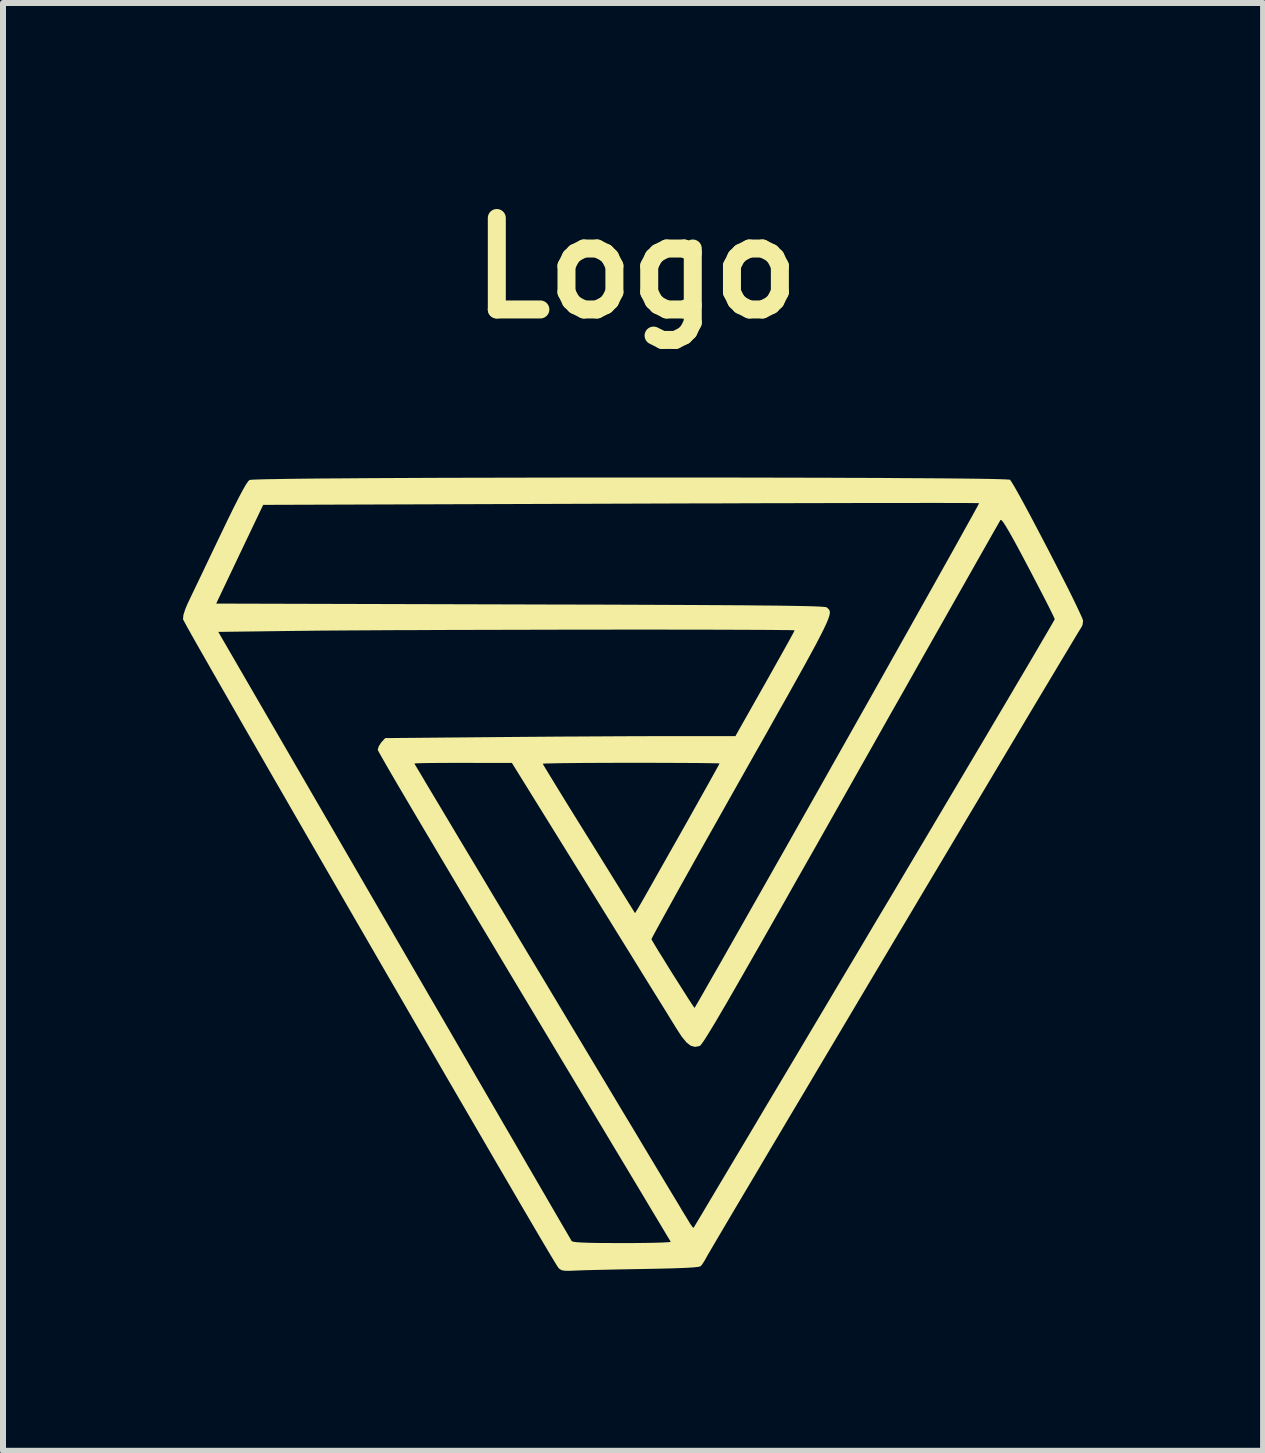
<source format=kicad_pcb>
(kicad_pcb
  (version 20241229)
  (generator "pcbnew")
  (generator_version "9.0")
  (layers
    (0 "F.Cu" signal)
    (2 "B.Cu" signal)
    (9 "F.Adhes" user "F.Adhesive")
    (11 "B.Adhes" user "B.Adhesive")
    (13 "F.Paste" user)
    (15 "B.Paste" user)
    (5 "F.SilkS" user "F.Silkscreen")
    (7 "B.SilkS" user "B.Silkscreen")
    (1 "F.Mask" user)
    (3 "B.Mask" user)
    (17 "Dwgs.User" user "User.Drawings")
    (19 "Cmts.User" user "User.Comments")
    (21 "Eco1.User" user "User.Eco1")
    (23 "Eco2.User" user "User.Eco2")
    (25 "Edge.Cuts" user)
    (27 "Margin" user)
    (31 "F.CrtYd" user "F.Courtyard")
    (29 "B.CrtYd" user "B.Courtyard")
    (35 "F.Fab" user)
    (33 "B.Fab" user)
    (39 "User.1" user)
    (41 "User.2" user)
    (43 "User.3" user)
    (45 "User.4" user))
  (footprint "Logo"
    (layer "F.Cu")
    (at 7.552 11.578)
    (property "Reference" "Logo" (at 0 -10.16 0) (layer "F.SilkS") (effects (font (size 1.524 1.524) (thickness 0.3))))
    (attr board_only exclude_from_pos_files exclude_from_bom)
    (fp_poly (pts (xy 0.763 -6.67) (xy 1.271 -6.67) (xy 1.77 -6.669) (xy 2.259 -6.668) (xy 2.733 -6.667) (xy 3.19 -6.666) (xy 3.627 -6.664) (xy 4.041 -6.663) (xy 4.428 -6.66) (xy 4.786 -6.658) (xy 5.111 -6.656) (xy 5.401 -6.653) (xy 5.653 -6.65) (xy 5.863 -6.647) (xy 6.029 -6.643) (xy 6.147 -6.639) (xy 6.214 -6.635) (xy 6.23 -6.633) (xy 6.255 -6.598) (xy 6.303 -6.519) (xy 6.368 -6.404) (xy 6.449 -6.257) (xy 6.542 -6.085) (xy 6.643 -5.894) (xy 6.75 -5.69) (xy 6.86 -5.48) (xy 6.969 -5.269) (xy 7.074 -5.063) (xy 7.173 -4.869) (xy 7.261 -4.693) (xy 7.335 -4.54) (xy 7.393 -4.417) (xy 7.432 -4.33) (xy 7.448 -4.286) (xy 7.448 -4.283) (xy 7.44 -4.217) (xy 7.423 -4.179) (xy 7.406 -4.152) (xy 7.362 -4.081) (xy 7.293 -3.966) (xy 7.201 -3.812) (xy 7.086 -3.621) (xy 6.951 -3.395) (xy 6.797 -3.138) (xy 6.625 -2.851) (xy 6.438 -2.537) (xy 6.237 -2.2) (xy 6.023 -1.841) (xy 5.798 -1.463) (xy 5.563 -1.07) (xy 5.321 -0.663) (xy 5.072 -0.245) (xy 4.818 0.18) (xy 4.562 0.611) (xy 4.303 1.045) (xy 4.045 1.479) (xy 3.788 1.911) (xy 3.535 2.337) (xy 3.286 2.756) (xy 3.043 3.164) (xy 2.809 3.559) (xy 2.583 3.938) (xy 2.369 4.299) (xy 2.167 4.639) (xy 1.98 4.956) (xy 1.808 5.245) (xy 1.653 5.506) (xy 1.517 5.736) (xy 1.402 5.931) (xy 1.309 6.089) (xy 1.24 6.207) (xy 1.195 6.283) (xy 1.178 6.314) (xy 1.133 6.394) (xy 1.091 6.456) (xy 1.074 6.474) (xy 1.038 6.485) (xy 0.953 6.494) (xy 0.82 6.502) (xy 0.636 6.509) (xy 0.4 6.515) (xy 0.15 6.52) (xy -0.081 6.524) (xy -0.306 6.528) (xy -0.516 6.533) (xy -0.702 6.537) (xy -0.854 6.541) (xy -0.963 6.545) (xy -0.989 6.546) (xy -1.111 6.551) (xy -1.19 6.55) (xy -1.24 6.541) (xy -1.275 6.521) (xy -1.299 6.497) (xy -1.32 6.465) (xy -1.367 6.388) (xy -1.439 6.269) (xy -1.534 6.109) (xy -1.65 5.912) (xy -1.786 5.68) (xy -1.941 5.416) (xy -2.112 5.122) (xy -2.299 4.802) (xy -2.499 4.458) (xy -2.712 4.092) (xy -2.936 3.707) (xy -3.169 3.307) (xy -3.409 2.892) (xy -3.656 2.467) (xy -3.907 2.033) (xy -4.162 1.594) (xy -4.418 1.151) (xy -4.674 0.709) (xy -4.929 0.268) (xy -5.18 -0.167) (xy -5.427 -0.595) (xy -5.668 -1.012) (xy -5.901 -1.417) (xy -6.126 -1.806) (xy -6.339 -2.177) (xy -6.541 -2.527) (xy -6.728 -2.854) (xy -6.9 -3.154) (xy -7.056 -3.426) (xy -7.193 -3.667) (xy -7.311 -3.873) (xy -7.407 -4.043) (xy -7.437 -4.097) (xy -6.964 -4.097) (xy -4.031 0.962) (xy -3.747 1.452) (xy -3.47 1.929) (xy -3.201 2.392) (xy -2.943 2.837) (xy -2.696 3.263) (xy -2.461 3.668) (xy -2.24 4.049) (xy -2.034 4.403) (xy -1.845 4.73) (xy -1.673 5.026) (xy -1.52 5.289) (xy -1.388 5.517) (xy -1.277 5.708) (xy -1.189 5.859) (xy -1.125 5.969) (xy -1.086 6.035) (xy -1.075 6.054) (xy -1.053 6.065) (xy -1.001 6.073) (xy -0.913 6.079) (xy -0.785 6.084) (xy -0.613 6.087) (xy -0.393 6.088) (xy -0.233 6.088) (xy -0.026 6.088) (xy 0.16 6.086) (xy 0.32 6.083) (xy 0.447 6.079) (xy 0.534 6.074) (xy 0.574 6.069) (xy 0.576 6.067) (xy 0.561 6.042) (xy 0.518 5.971) (xy 0.45 5.857) (xy 0.358 5.703) (xy 0.243 5.512) (xy 0.107 5.284) (xy -0.049 5.024) (xy -0.223 4.734) (xy -0.414 4.416) (xy -0.62 4.072) (xy -0.84 3.705) (xy -1.072 3.317) (xy -1.316 2.911) (xy -1.568 2.49) (xy -1.829 2.055) (xy -1.871 1.985) (xy -2.133 1.548) (xy -2.387 1.123) (xy -2.632 0.714) (xy -2.866 0.321) (xy -3.087 -0.051) (xy -3.295 -0.401) (xy -3.488 -0.726) (xy -3.664 -1.023) (xy -3.822 -1.291) (xy -3.961 -1.527) (xy -4.078 -1.727) (xy -4.173 -1.891) (xy -4.18 -1.904) (xy -3.696 -1.904) (xy -3.682 -1.879) (xy -3.641 -1.81) (xy -3.575 -1.7) (xy -3.487 -1.551) (xy -3.377 -1.367) (xy -3.247 -1.15) (xy -3.1 -0.904) (xy -2.938 -0.632) (xy -2.761 -0.337) (xy -2.572 -0.022) (xy -2.374 0.31) (xy -2.166 0.656) (xy -1.953 1.013) (xy -1.735 1.377) (xy -1.513 1.746) (xy -1.291 2.117) (xy -1.07 2.486) (xy -0.851 2.851) (xy -0.637 3.208) (xy -0.429 3.554) (xy -0.23 3.887) (xy -0.04 4.202) (xy 0.137 4.498) (xy 0.301 4.771) (xy 0.449 5.018) (xy 0.58 5.236) (xy 0.692 5.421) (xy 0.782 5.572) (xy 0.85 5.683) (xy 0.893 5.754) (xy 0.908 5.778) (xy 0.94 5.822) (xy 0.957 5.834) (xy 0.972 5.809) (xy 1.014 5.739) (xy 1.082 5.626) (xy 1.174 5.471) (xy 1.289 5.278) (xy 1.426 5.048) (xy 1.584 4.783) (xy 1.761 4.486) (xy 1.956 4.159) (xy 2.167 3.803) (xy 2.394 3.423) (xy 2.635 3.018) (xy 2.888 2.593) (xy 3.153 2.148) (xy 3.427 1.686) (xy 3.711 1.21) (xy 3.97 0.773) (xy 4.261 0.286) (xy 4.543 -0.19) (xy 4.817 -0.65) (xy 5.08 -1.094) (xy 5.332 -1.519) (xy 5.571 -1.922) (xy 5.796 -2.301) (xy 6.005 -2.655) (xy 6.198 -2.98) (xy 6.372 -3.276) (xy 6.527 -3.538) (xy 6.661 -3.766) (xy 6.773 -3.958) (xy 6.862 -4.11) (xy 6.926 -4.22) (xy 6.965 -4.288) (xy 6.976 -4.309) (xy 6.963 -4.34) (xy 6.927 -4.415) (xy 6.872 -4.526) (xy 6.799 -4.669) (xy 6.712 -4.837) (xy 6.614 -5.025) (xy 6.538 -5.17) (xy 6.412 -5.408) (xy 6.309 -5.599) (xy 6.227 -5.746) (xy 6.164 -5.853) (xy 6.119 -5.923) (xy 6.089 -5.959) (xy 6.073 -5.963) (xy 6.072 -5.963) (xy 6.056 -5.935) (xy 6.014 -5.861) (xy 5.947 -5.744) (xy 5.857 -5.585) (xy 5.745 -5.388) (xy 5.613 -5.155) (xy 5.462 -4.888) (xy 5.293 -4.59) (xy 5.108 -4.263) (xy 4.908 -3.91) (xy 4.694 -3.532) (xy 4.469 -3.133) (xy 4.232 -2.716) (xy 3.987 -2.281) (xy 3.733 -1.832) (xy 3.587 -1.573) (xy 3.275 -1.021) (xy 2.99 -0.516) (xy 2.729 -0.056) (xy 2.493 0.362) (xy 2.279 0.738) (xy 2.087 1.076) (xy 1.915 1.377) (xy 1.763 1.643) (xy 1.629 1.876) (xy 1.513 2.078) (xy 1.412 2.25) (xy 1.327 2.395) (xy 1.255 2.514) (xy 1.196 2.61) (xy 1.149 2.685) (xy 1.112 2.74) (xy 1.085 2.777) (xy 1.066 2.798) (xy 1.056 2.805) (xy 0.981 2.819) (xy 0.91 2.8) (xy 0.839 2.745) (xy 0.759 2.648) (xy 0.67 2.511) (xy 0.632 2.449) (xy 0.567 2.344) (xy 0.478 2.199) (xy 0.366 2.019) (xy 0.235 1.808) (xy 0.087 1.569) (xy -0.075 1.306) (xy -0.25 1.024) (xy -0.435 0.725) (xy -0.627 0.415) (xy -0.778 0.172) (xy -2.062 -1.899) (xy -1.556 -1.899) (xy -1.542 -1.873) (xy -1.501 -1.805) (xy -1.436 -1.698) (xy -1.35 -1.557) (xy -1.245 -1.386) (xy -1.125 -1.191) (xy -0.991 -0.975) (xy -0.847 -0.743) (xy -0.787 -0.647) (xy -0.019 0.59) (xy 0.03 0.511) (xy 0.053 0.472) (xy 0.101 0.389) (xy 0.17 0.268) (xy 0.257 0.114) (xy 0.36 -0.069) (xy 0.476 -0.274) (xy 0.602 -0.497) (xy 0.734 -0.73) (xy 0.865 -0.962) (xy 0.987 -1.18) (xy 1.098 -1.378) (xy 1.195 -1.551) (xy 1.275 -1.695) (xy 1.336 -1.805) (xy 1.375 -1.876) (xy 1.39 -1.904) (xy 1.39 -1.904) (xy 1.363 -1.906) (xy 1.285 -1.908) (xy 1.163 -1.91) (xy 1 -1.912) (xy 0.802 -1.913) (xy 0.573 -1.914) (xy 0.32 -1.915) (xy 0.047 -1.915) (xy -0.083 -1.915) (xy -0.363 -1.915) (xy -0.626 -1.914) (xy -0.866 -1.913) (xy -1.079 -1.911) (xy -1.259 -1.909) (xy -1.401 -1.906) (xy -1.499 -1.904) (xy -1.55 -1.901) (xy -1.556 -1.899) (xy -2.062 -1.899) (xy -2.07 -1.913) (xy -2.883 -1.914) (xy -3.089 -1.914) (xy -3.276 -1.913) (xy -3.437 -1.912) (xy -3.564 -1.91) (xy -3.652 -1.907) (xy -3.694 -1.904) (xy -3.696 -1.904) (xy -4.18 -1.904) (xy -4.243 -2.014) (xy -4.289 -2.096) (xy -4.307 -2.132) (xy -4.307 -2.134) (xy -4.289 -2.193) (xy -4.246 -2.258) (xy -4.245 -2.259) (xy -4.182 -2.327) (xy -2.417 -2.343) (xy -2.065 -2.346) (xy -1.694 -2.349) (xy -1.315 -2.352) (xy -0.937 -2.354) (xy -0.57 -2.356) (xy -0.223 -2.358) (xy 0.092 -2.359) (xy 0.368 -2.36) (xy 0.501 -2.36) (xy 1.654 -2.36) (xy 2.147 -3.233) (xy 2.26 -3.434) (xy 2.364 -3.62) (xy 2.456 -3.784) (xy 2.533 -3.922) (xy 2.591 -4.028) (xy 2.628 -4.097) (xy 2.64 -4.123) (xy 2.613 -4.125) (xy 2.534 -4.127) (xy 2.407 -4.128) (xy 2.234 -4.13) (xy 2.021 -4.131) (xy 1.77 -4.132) (xy 1.486 -4.133) (xy 1.171 -4.134) (xy 0.83 -4.134) (xy 0.466 -4.135) (xy 0.082 -4.135) (xy -0.317 -4.135) (xy -0.729 -4.134) (xy -1.148 -4.134) (xy -1.573 -4.133) (xy -1.999 -4.132) (xy -2.422 -4.131) (xy -2.84 -4.13) (xy -3.247 -4.129) (xy -3.642 -4.127) (xy -4.019 -4.126) (xy -4.376 -4.124) (xy -4.708 -4.122) (xy -5.013 -4.12) (xy -5.287 -4.118) (xy -5.525 -4.115) (xy -5.656 -4.114) (xy -6.964 -4.097) (xy -7.437 -4.097) (xy -7.48 -4.173) (xy -7.528 -4.262) (xy -7.551 -4.305) (xy -7.552 -4.309) (xy -7.545 -4.382) (xy -7.51 -4.488) (xy -7.475 -4.569) (xy -6.999 -4.569) (xy -1.934 -4.555) (xy -1.291 -4.553) (xy -0.701 -4.552) (xy -0.163 -4.55) (xy 0.326 -4.548) (xy 0.768 -4.546) (xy 1.165 -4.544) (xy 1.518 -4.542) (xy 1.831 -4.54) (xy 2.105 -4.537) (xy 2.343 -4.535) (xy 2.545 -4.532) (xy 2.716 -4.529) (xy 2.856 -4.526) (xy 2.967 -4.523) (xy 3.053 -4.519) (xy 3.114 -4.515) (xy 3.154 -4.511) (xy 3.173 -4.507) (xy 3.175 -4.506) (xy 3.194 -4.49) (xy 3.21 -4.474) (xy 3.222 -4.456) (xy 3.228 -4.433) (xy 3.227 -4.401) (xy 3.217 -4.359) (xy 3.198 -4.303) (xy 3.168 -4.232) (xy 3.125 -4.141) (xy 3.068 -4.028) (xy 2.997 -3.891) (xy 2.908 -3.727) (xy 2.802 -3.533) (xy 2.676 -3.307) (xy 2.53 -3.045) (xy 2.361 -2.746) (xy 2.17 -2.405) (xy 1.953 -2.022) (xy 1.75 -1.662) (xy 1.55 -1.307) (xy 1.358 -0.965) (xy 1.175 -0.64) (xy 1.004 -0.335) (xy 0.846 -0.052) (xy 0.703 0.204) (xy 0.577 0.432) (xy 0.469 0.627) (xy 0.381 0.787) (xy 0.315 0.908) (xy 0.272 0.988) (xy 0.255 1.024) (xy 0.255 1.025) (xy 0.275 1.061) (xy 0.318 1.134) (xy 0.38 1.236) (xy 0.457 1.359) (xy 0.541 1.496) (xy 0.63 1.638) (xy 0.719 1.778) (xy 0.801 1.907) (xy 0.872 2.019) (xy 0.928 2.105) (xy 0.963 2.157) (xy 0.973 2.169) (xy 0.988 2.145) (xy 1.029 2.075) (xy 1.094 1.962) (xy 1.182 1.807) (xy 1.292 1.615) (xy 1.423 1.386) (xy 1.572 1.123) (xy 1.739 0.829) (xy 1.922 0.506) (xy 2.12 0.158) (xy 2.331 -0.215) (xy 2.554 -0.609) (xy 2.787 -1.022) (xy 3.03 -1.451) (xy 3.28 -1.895) (xy 3.357 -2.031) (xy 3.609 -2.478) (xy 3.854 -2.912) (xy 4.089 -3.33) (xy 4.314 -3.731) (xy 4.528 -4.111) (xy 4.728 -4.468) (xy 4.914 -4.799) (xy 5.084 -5.103) (xy 5.237 -5.376) (xy 5.371 -5.616) (xy 5.485 -5.822) (xy 5.578 -5.989) (xy 5.648 -6.116) (xy 5.694 -6.2) (xy 5.714 -6.24) (xy 5.715 -6.242) (xy 5.686 -6.243) (xy 5.605 -6.244) (xy 5.473 -6.245) (xy 5.293 -6.245) (xy 5.067 -6.246) (xy 4.799 -6.246) (xy 4.49 -6.245) (xy 4.144 -6.245) (xy 3.763 -6.245) (xy 3.349 -6.244) (xy 2.904 -6.243) (xy 2.433 -6.242) (xy 1.936 -6.241) (xy 1.417 -6.239) (xy 0.877 -6.238) (xy 0.321 -6.236) (xy -0.25 -6.234) (xy -0.257 -6.234) (xy -6.216 -6.214) (xy -6.608 -5.392) (xy -6.999 -4.569) (xy -7.475 -4.569) (xy -7.473 -4.573) (xy -7.44 -4.643) (xy -7.386 -4.756) (xy -7.315 -4.904) (xy -7.23 -5.081) (xy -7.136 -5.279) (xy -7.034 -5.492) (xy -6.945 -5.678) (xy -6.818 -5.943) (xy -6.712 -6.159) (xy -6.625 -6.331) (xy -6.556 -6.461) (xy -6.504 -6.552) (xy -6.465 -6.608) (xy -6.443 -6.629) (xy -6.408 -6.633) (xy -6.321 -6.637) (xy -6.184 -6.641) (xy -6.001 -6.644) (xy -5.774 -6.648) (xy -5.508 -6.651) (xy -5.204 -6.654) (xy -4.865 -6.656) (xy -4.496 -6.659) (xy -4.098 -6.661) (xy -3.675 -6.663) (xy -3.23 -6.665) (xy -2.766 -6.666) (xy -2.286 -6.667) (xy -1.793 -6.668) (xy -1.29 -6.669) (xy -0.779 -6.67) (xy -0.265 -6.67) (xy 0.25 -6.67)) (stroke (width 0) (type solid)) (fill yes) (layer "F.SilkS")))
  (gr_rect
    (start -3 -3)
    (end 18 21.129)
    (stroke (width 0.1) (type default))
    (fill no)
    (layer "Edge.Cuts")))
</source>
